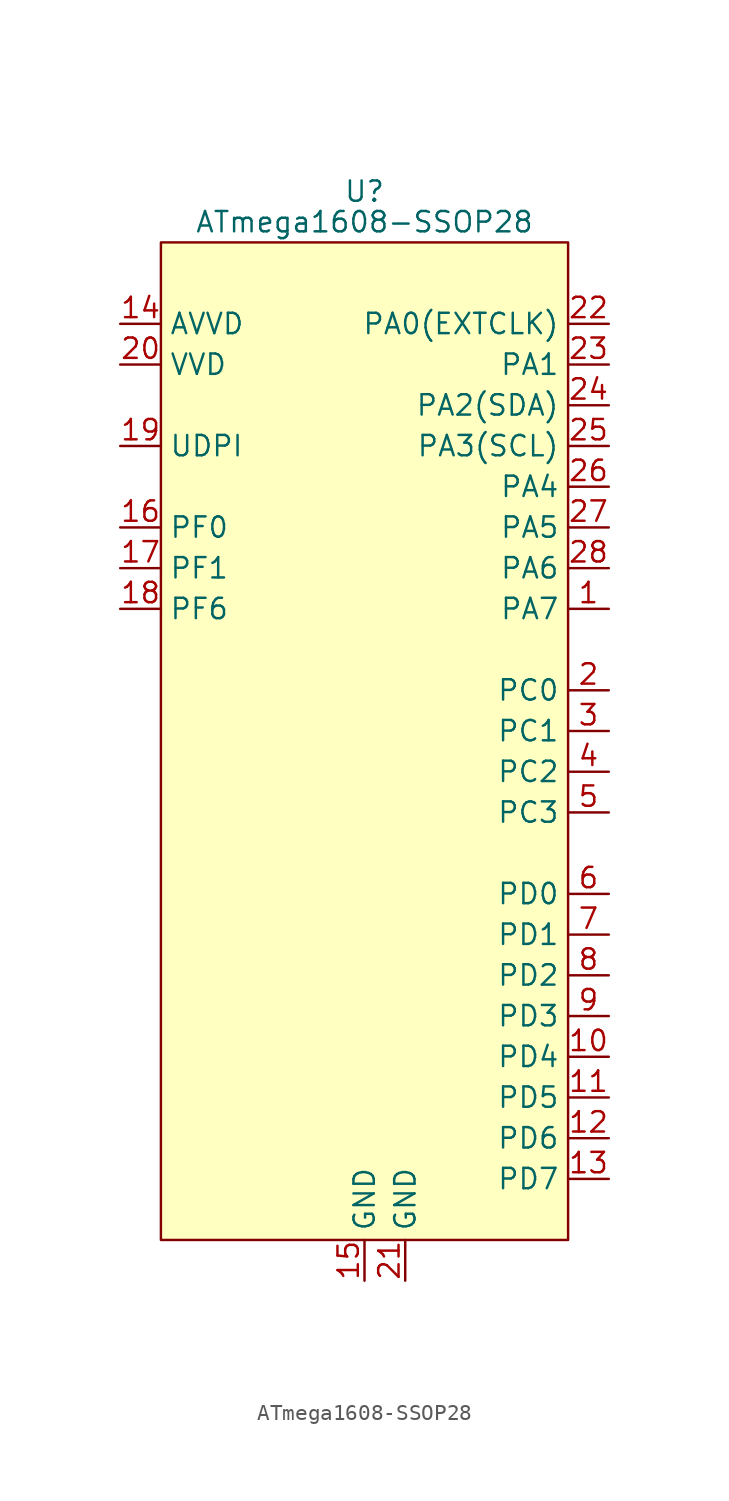
<source format=kicad_sym>
(kicad_symbol_lib
  (version 20211014)
  (generator kicad_symbol_editor)
  (symbol "ATmega1608-SSOP28"
    (property "Reference" "U"
      (at 0 37.465 0)
      (effects (font (size 1.27 1.27))))
    (property "Value" "ATmega1608-SSOP28"
      (at 0 35.56 0)
      (effects (font (size 1.27 1.27))))
    (symbol "ATmega1608-SSOP28_0_1"
      (rectangle (start -12.7 34.29) (end 12.7 -27.94) (stroke (width 0.152) (type default) (color 0 0 0 0)) (fill (type background))))
    (symbol "ATmega1608-SSOP28_1_1"
      (pin bidirectional line (at 15.24 11.43 180) (length 2.54) (name "PA7" (effects (font (size 1.27 1.27)))) (number "1" (effects (font (size 1.27 1.27)))))
      (pin bidirectional line (at 15.24 -16.51 180) (length 2.54) (name "PD4" (effects (font (size 1.27 1.27)))) (number "10" (effects (font (size 1.27 1.27)))))
      (pin bidirectional line (at 15.24 -19.05 180) (length 2.54) (name "PD5" (effects (font (size 1.27 1.27)))) (number "11" (effects (font (size 1.27 1.27)))))
      (pin bidirectional line (at 15.24 -21.59 180) (length 2.54) (name "PD6" (effects (font (size 1.27 1.27)))) (number "12" (effects (font (size 1.27 1.27)))))
      (pin bidirectional line (at 15.24 -24.13 180) (length 2.54) (name "PD7" (effects (font (size 1.27 1.27)))) (number "13" (effects (font (size 1.27 1.27)))))
      (pin power_in line (at -15.24 29.21 0) (length 2.54) (name "AVVD" (effects (font (size 1.27 1.27)))) (number "14" (effects (font (size 1.27 1.27)))))
      (pin power_in line (at 0 -30.48 90) (length 2.54) (name "GND" (effects (font (size 1.27 1.27)))) (number "15" (effects (font (size 1.27 1.27)))))
      (pin bidirectional line (at -15.24 16.51 0) (length 2.54) (name "PF0" (effects (font (size 1.27 1.27)))) (number "16" (effects (font (size 1.27 1.27)))))
      (pin bidirectional line (at -15.24 13.97 0) (length 2.54) (name "PF1" (effects (font (size 1.27 1.27)))) (number "17" (effects (font (size 1.27 1.27)))))
      (pin bidirectional line (at -15.24 11.43 0) (length 2.54) (name "PF6" (effects (font (size 1.27 1.27)))) (number "18" (effects (font (size 1.27 1.27)))))
      (pin bidirectional line (at -15.24 21.59 0) (length 2.54) (name "UDPI" (effects (font (size 1.27 1.27)))) (number "19" (effects (font (size 1.27 1.27)))))
      (pin bidirectional line (at 15.24 6.35 180) (length 2.54) (name "PC0" (effects (font (size 1.27 1.27)))) (number "2" (effects (font (size 1.27 1.27)))))
      (pin power_in line (at -15.24 26.67 0) (length 2.54) (name "VVD" (effects (font (size 1.27 1.27)))) (number "20" (effects (font (size 1.27 1.27)))))
      (pin power_in line (at 2.54 -30.48 90) (length 2.54) (name "GND" (effects (font (size 1.27 1.27)))) (number "21" (effects (font (size 1.27 1.27)))))
      (pin bidirectional line (at 15.24 29.21 180) (length 2.54) (name "PA0(EXTCLK)" (effects (font (size 1.27 1.27)))) (number "22" (effects (font (size 1.27 1.27)))))
      (pin bidirectional line (at 15.24 26.67 180) (length 2.54) (name "PA1" (effects (font (size 1.27 1.27)))) (number "23" (effects (font (size 1.27 1.27)))))
      (pin bidirectional line (at 15.24 24.13 180) (length 2.54) (name "PA2(SDA)" (effects (font (size 1.27 1.27)))) (number "24" (effects (font (size 1.27 1.27)))))
      (pin bidirectional line (at 15.24 21.59 180) (length 2.54) (name "PA3(SCL)" (effects (font (size 1.27 1.27)))) (number "25" (effects (font (size 1.27 1.27)))))
      (pin bidirectional line (at 15.24 19.05 180) (length 2.54) (name "PA4" (effects (font (size 1.27 1.27)))) (number "26" (effects (font (size 1.27 1.27)))))
      (pin bidirectional line (at 15.24 16.51 180) (length 2.54) (name "PA5" (effects (font (size 1.27 1.27)))) (number "27" (effects (font (size 1.27 1.27)))))
      (pin bidirectional line (at 15.24 13.97 180) (length 2.54) (name "PA6" (effects (font (size 1.27 1.27)))) (number "28" (effects (font (size 1.27 1.27)))))
      (pin bidirectional line (at 15.24 3.81 180) (length 2.54) (name "PC1" (effects (font (size 1.27 1.27)))) (number "3" (effects (font (size 1.27 1.27)))))
      (pin bidirectional line (at 15.24 1.27 180) (length 2.54) (name "PC2" (effects (font (size 1.27 1.27)))) (number "4" (effects (font (size 1.27 1.27)))))
      (pin bidirectional line (at 15.24 -1.27 180) (length 2.54) (name "PC3" (effects (font (size 1.27 1.27)))) (number "5" (effects (font (size 1.27 1.27)))))
      (pin bidirectional line (at 15.24 -6.35 180) (length 2.54) (name "PD0" (effects (font (size 1.27 1.27)))) (number "6" (effects (font (size 1.27 1.27)))))
      (pin bidirectional line (at 15.24 -8.89 180) (length 2.54) (name "PD1" (effects (font (size 1.27 1.27)))) (number "7" (effects (font (size 1.27 1.27)))))
      (pin bidirectional line (at 15.24 -11.43 180) (length 2.54) (name "PD2" (effects (font (size 1.27 1.27)))) (number "8" (effects (font (size 1.27 1.27)))))
      (pin bidirectional line (at 15.24 -13.97 180) (length 2.54) (name "PD3" (effects (font (size 1.27 1.27)))) (number "9" (effects (font (size 1.27 1.27))))))))
</source>
